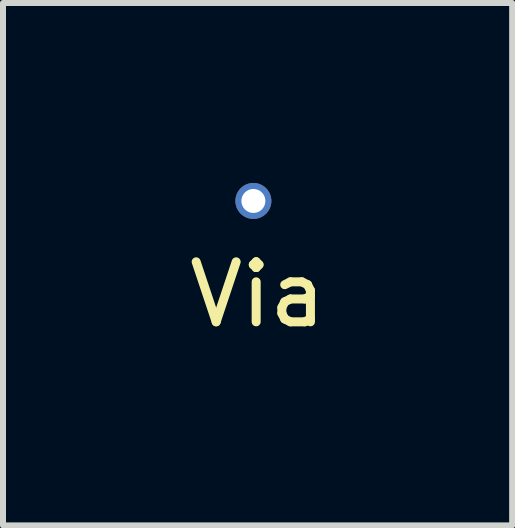
<source format=kicad_pcb>
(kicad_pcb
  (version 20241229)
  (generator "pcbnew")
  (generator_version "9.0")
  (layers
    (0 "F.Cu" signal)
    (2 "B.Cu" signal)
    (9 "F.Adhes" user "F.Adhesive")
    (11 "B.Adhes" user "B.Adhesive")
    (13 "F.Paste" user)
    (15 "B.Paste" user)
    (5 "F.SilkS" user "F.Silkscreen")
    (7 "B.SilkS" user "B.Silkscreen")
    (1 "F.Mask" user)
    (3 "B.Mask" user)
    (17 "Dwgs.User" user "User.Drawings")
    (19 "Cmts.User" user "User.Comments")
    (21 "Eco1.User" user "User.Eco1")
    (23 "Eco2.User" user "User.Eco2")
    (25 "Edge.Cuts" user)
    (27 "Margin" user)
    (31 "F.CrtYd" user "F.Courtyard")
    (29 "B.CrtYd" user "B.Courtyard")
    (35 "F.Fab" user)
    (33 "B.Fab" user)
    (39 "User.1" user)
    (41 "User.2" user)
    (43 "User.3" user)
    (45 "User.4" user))
  (footprint "Via"
    (layer "F.Cu")
    (at 1.194 0.28)
    (property "Reference" "Via" (at 0.05 1.58 0) (layer "F.SilkS") (effects (font (size 1 1) (thickness 0.15))))
    (attr through_hole)
    (pad "1" thru_hole circle (at -0.02 0.02) (size 0.6 0.6) (drill 0.4) (layers "*.Cu")))
  (gr_rect
    (start -3 -3)
    (end 5.488 5.708)
    (stroke (width 0.1) (type default))
    (fill no)
    (layer "Edge.Cuts")))
</source>
